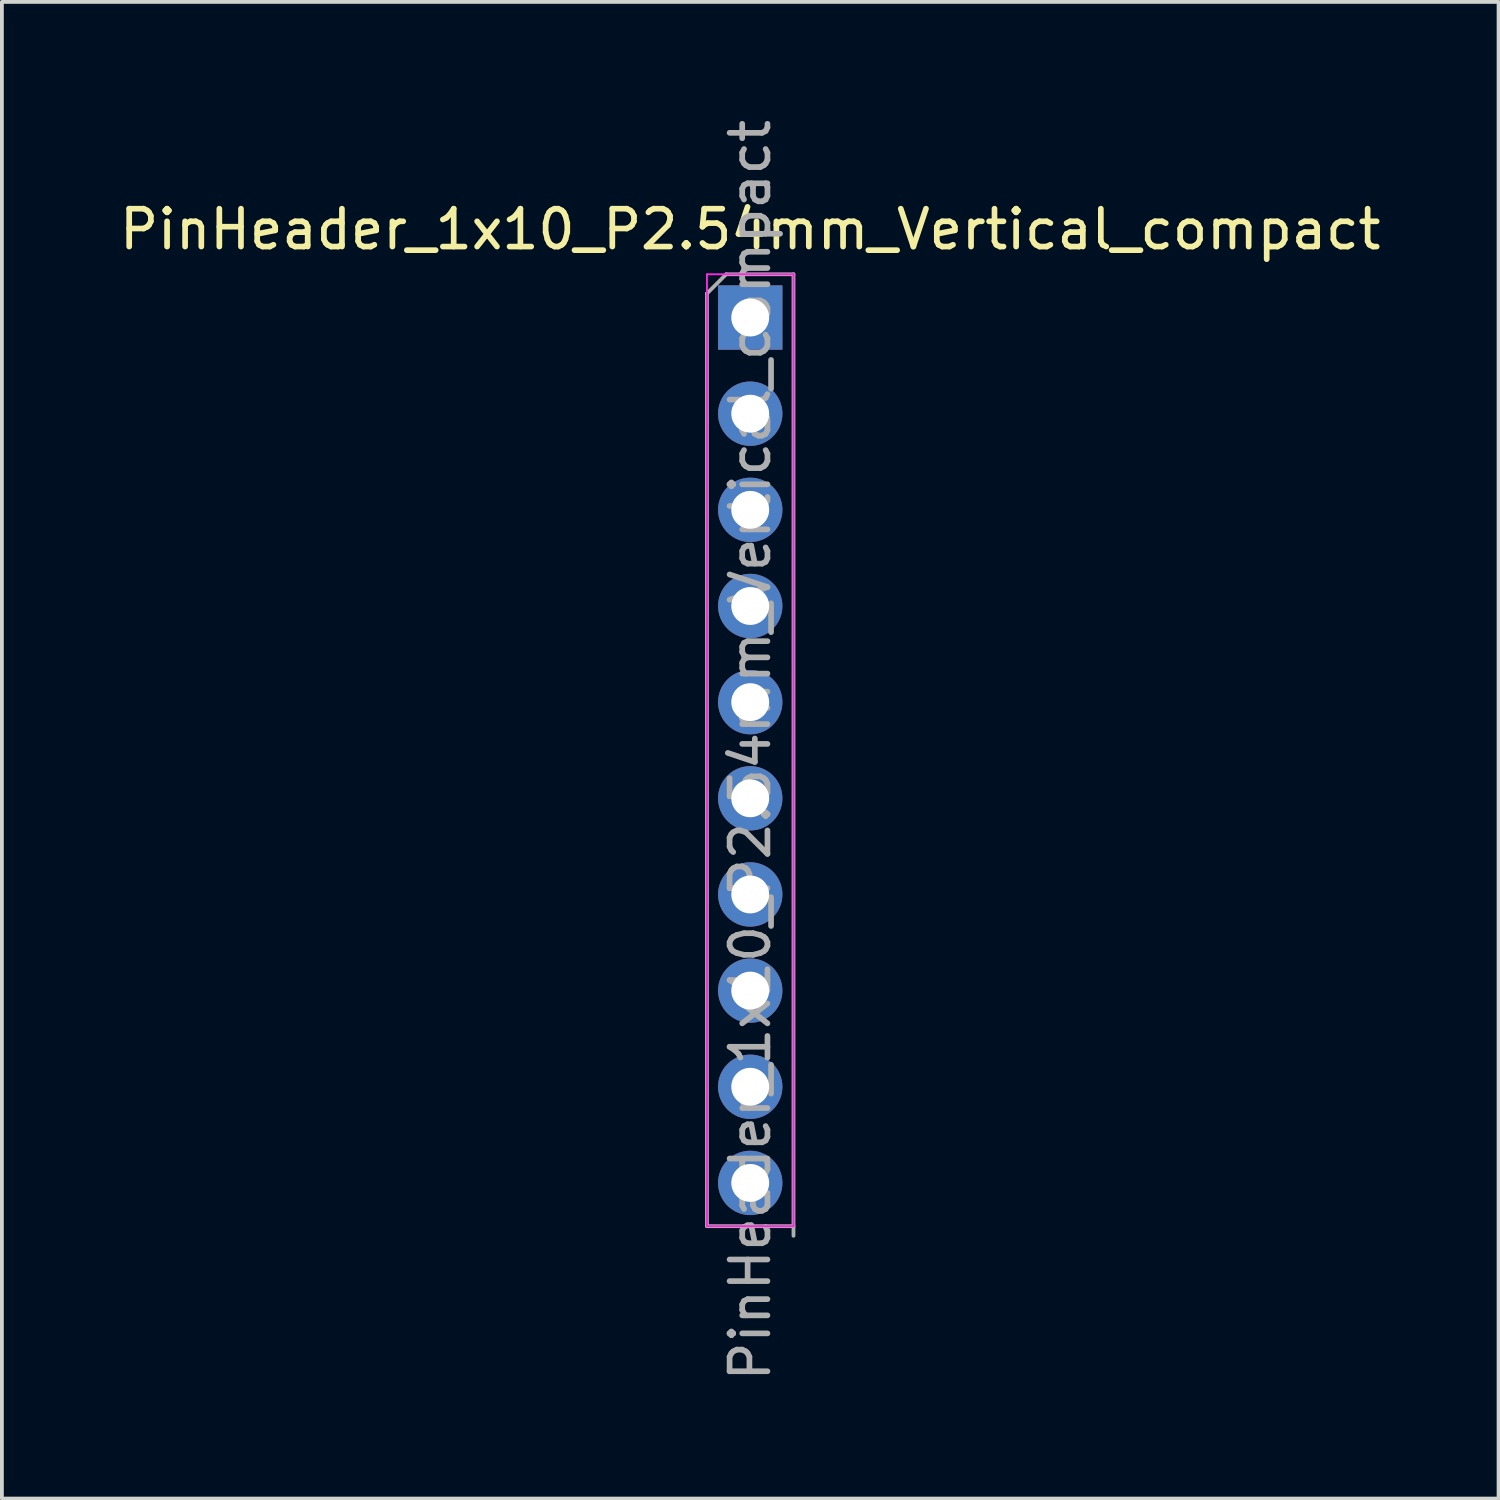
<source format=kicad_pcb>
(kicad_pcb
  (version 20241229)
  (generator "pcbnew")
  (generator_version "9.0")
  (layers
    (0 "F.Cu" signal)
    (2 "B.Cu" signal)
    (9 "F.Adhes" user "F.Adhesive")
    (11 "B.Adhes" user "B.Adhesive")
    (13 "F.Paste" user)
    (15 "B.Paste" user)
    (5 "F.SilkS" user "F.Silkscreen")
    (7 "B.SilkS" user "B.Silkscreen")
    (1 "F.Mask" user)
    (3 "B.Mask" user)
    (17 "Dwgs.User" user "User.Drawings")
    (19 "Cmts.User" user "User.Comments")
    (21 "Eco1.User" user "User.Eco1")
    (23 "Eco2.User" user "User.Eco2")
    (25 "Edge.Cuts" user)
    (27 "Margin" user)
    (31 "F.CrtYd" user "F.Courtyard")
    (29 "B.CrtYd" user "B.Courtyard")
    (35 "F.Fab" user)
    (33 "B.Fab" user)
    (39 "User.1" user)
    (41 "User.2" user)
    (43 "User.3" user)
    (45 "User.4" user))
  (footprint "PinHeader_1x10_P2.54mm_Vertical_compact"
    (layer "F.Cu")
    (at 16.768 5.338)
    (property "Reference" "PinHeader_1x10_P2.54mm_Vertical_compact" (at 0 -2.33 0) (layer "F.SilkS") (effects (font (size 1 1) (thickness 0.15))))
    (attr through_hole)
    (fp_line (start -1.143 -1.143) (end -1.143 24.003) (stroke (width 0.05) (type solid)) (layer "F.CrtYd"))
    (fp_line (start -1.143 24.003) (end 1.143 24.003) (stroke (width 0.05) (type solid)) (layer "F.CrtYd"))
    (fp_line (start 1.143 -1.143) (end -1.143 -1.143) (stroke (width 0.05) (type solid)) (layer "F.CrtYd"))
    (fp_line (start 1.143 24.003) (end 1.143 -1.143) (stroke (width 0.05) (type solid)) (layer "F.CrtYd"))
    (fp_line (start -1.143 -0.635) (end -0.635 -1.143) (stroke (width 0.1) (type solid)) (layer "F.Fab"))
    (fp_line (start -1.143 24.003) (end -1.143 -0.635) (stroke (width 0.1) (type solid)) (layer "F.Fab"))
    (fp_line (start -0.635 -1.143) (end 1.143 -1.143) (stroke (width 0.1) (type solid)) (layer "F.Fab"))
    (fp_line (start 1.143 -1.143) (end 1.143 24.257) (stroke (width 0.1) (type solid)) (layer "F.Fab"))
    (fp_line (start 1.143 24.003) (end -1.143 24.003) (stroke (width 0.1) (type solid)) (layer "F.Fab"))
    (fp_text user "${REFERENCE}" (at 0 11.43 90) (layer "F.Fab") (effects (font (size 1 1) (thickness 0.15))))
    (pad "1" thru_hole rect (at 0 0) (size 1.7 1.7) (drill 1) (layers "*.Cu" "*.Mask"))
    (pad "2" thru_hole oval (at 0 2.54) (size 1.7 1.7) (drill 1) (layers "*.Cu" "*.Mask"))
    (pad "3" thru_hole oval (at 0 5.08) (size 1.7 1.7) (drill 1) (layers "*.Cu" "*.Mask"))
    (pad "4" thru_hole oval (at 0 7.62) (size 1.7 1.7) (drill 1) (layers "*.Cu" "*.Mask"))
    (pad "5" thru_hole oval (at 0 10.16) (size 1.7 1.7) (drill 1) (layers "*.Cu" "*.Mask"))
    (pad "6" thru_hole oval (at 0 12.7) (size 1.7 1.7) (drill 1) (layers "*.Cu" "*.Mask"))
    (pad "7" thru_hole oval (at 0 15.24) (size 1.7 1.7) (drill 1) (layers "*.Cu" "*.Mask"))
    (pad "8" thru_hole oval (at 0 17.78) (size 1.7 1.7) (drill 1) (layers "*.Cu" "*.Mask"))
    (pad "9" thru_hole oval (at 0 20.32) (size 1.7 1.7) (drill 1) (layers "*.Cu" "*.Mask"))
    (pad "10" thru_hole oval (at 0 22.86) (size 1.7 1.7) (drill 1) (layers "*.Cu" "*.Mask")))
  (gr_rect
    (start -3 -3)
    (end 36.536 36.536)
    (stroke (width 0.1) (type default))
    (fill no)
    (layer "Edge.Cuts")))
</source>
